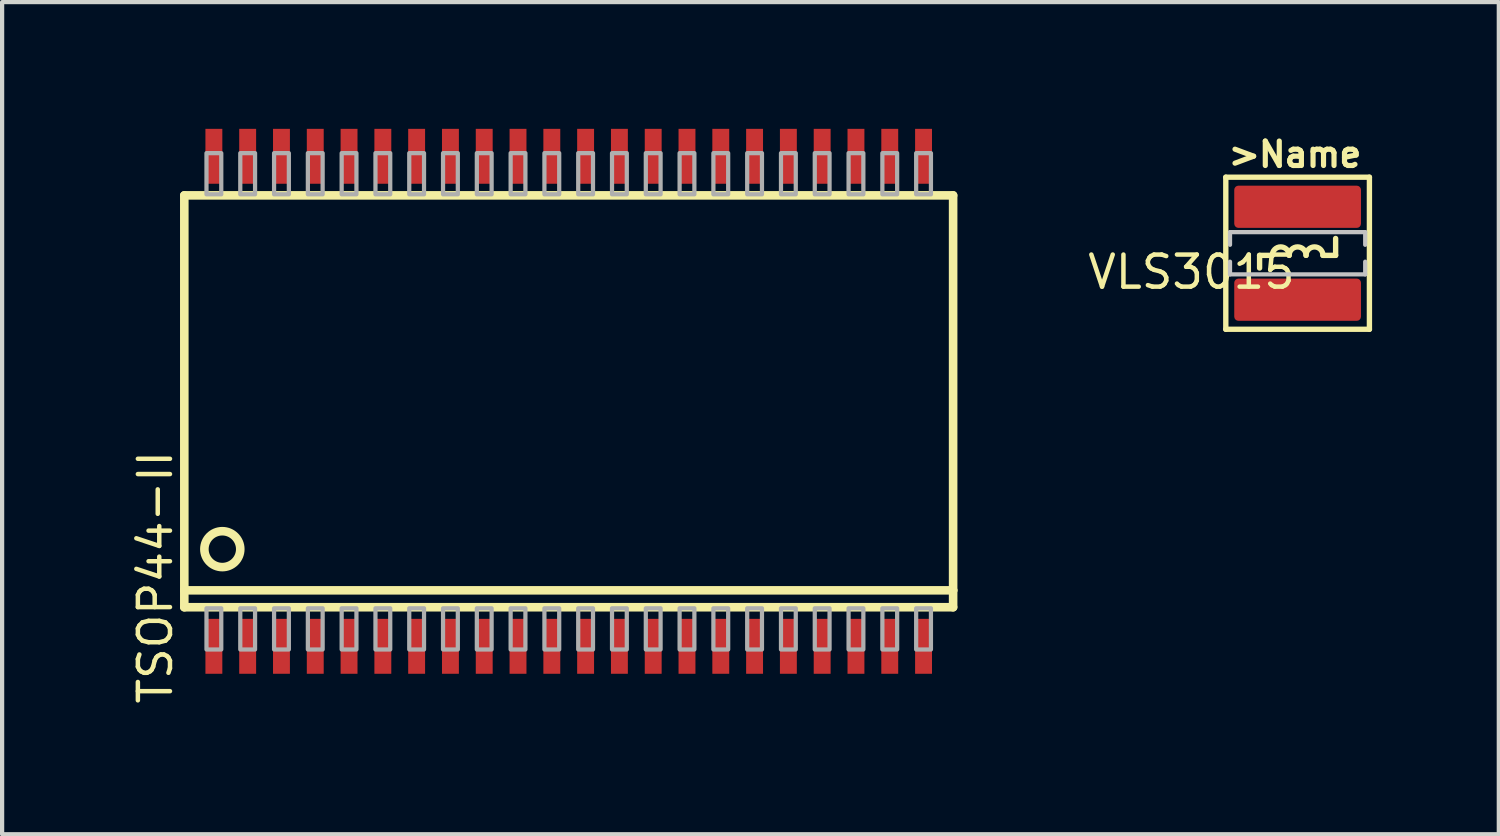
<source format=kicad_pcb>
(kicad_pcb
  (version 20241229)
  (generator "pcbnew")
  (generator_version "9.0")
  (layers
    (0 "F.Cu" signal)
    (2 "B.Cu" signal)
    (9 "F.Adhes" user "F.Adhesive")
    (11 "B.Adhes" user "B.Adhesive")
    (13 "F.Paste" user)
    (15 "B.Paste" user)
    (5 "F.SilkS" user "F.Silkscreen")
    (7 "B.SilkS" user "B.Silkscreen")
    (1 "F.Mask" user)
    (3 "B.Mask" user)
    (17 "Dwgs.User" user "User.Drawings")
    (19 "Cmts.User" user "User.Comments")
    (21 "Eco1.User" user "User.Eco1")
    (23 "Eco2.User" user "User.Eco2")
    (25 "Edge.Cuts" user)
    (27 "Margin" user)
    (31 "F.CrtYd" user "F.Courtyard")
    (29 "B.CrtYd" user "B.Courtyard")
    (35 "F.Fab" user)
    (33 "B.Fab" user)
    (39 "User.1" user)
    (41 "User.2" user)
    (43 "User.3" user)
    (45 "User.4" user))
  (footprint "TSOP44-II"
    (layer "F.Cu")
    (at 10.413 6.45)
    (property "Reference" "TSOP44-II" (at -10.23 1.11 90) (layer "F.SilkS") (effects (font (size 0.76 0.76) (thickness 0.106)) (justify right top)))
    (attr through_hole)
    (fp_line (start -9.1 -4.875) (end -9.1 4.475) (stroke (width 0.203) (type solid)) (layer "F.SilkS"))
    (fp_line (start -9.1 4.475) (end -9.1 4.875) (stroke (width 0.203) (type solid)) (layer "F.SilkS"))
    (fp_line (start -9.1 4.475) (end 9.1 4.475) (stroke (width 0.203) (type solid)) (layer "F.SilkS"))
    (fp_line (start -9.1 4.875) (end 9.1 4.875) (stroke (width 0.203) (type solid)) (layer "F.SilkS"))
    (fp_line (start 9.1 -4.875) (end -9.1 -4.875) (stroke (width 0.203) (type solid)) (layer "F.SilkS"))
    (fp_line (start 9.1 4.475) (end 9.1 -4.875) (stroke (width 0.203) (type solid)) (layer "F.SilkS"))
    (fp_line (start 9.1 4.875) (end 9.1 4.475) (stroke (width 0.203) (type solid)) (layer "F.SilkS"))
    (fp_circle (center -8.2 3.5) (end -7.775 3.5) (stroke (width 0.203) (type solid)) (fill no) (layer "F.SilkS"))
    (fp_poly (pts (xy -8.575 5.875) (xy -8.225 5.875) (xy -8.225 4.9) (xy -8.575 4.9)) (stroke (width 0.1) (type solid)) (fill no) (layer "F.Fab"))
    (fp_poly (pts (xy -8.225 -5.875) (xy -8.575 -5.875) (xy -8.575 -4.9) (xy -8.225 -4.9)) (stroke (width 0.1) (type solid)) (fill no) (layer "F.Fab"))
    (fp_poly (pts (xy -7.775 5.875) (xy -7.425 5.875) (xy -7.425 4.9) (xy -7.775 4.9)) (stroke (width 0.1) (type solid)) (fill no) (layer "F.Fab"))
    (fp_poly (pts (xy -7.425 -5.875) (xy -7.775 -5.875) (xy -7.775 -4.9) (xy -7.425 -4.9)) (stroke (width 0.1) (type solid)) (fill no) (layer "F.Fab"))
    (fp_poly (pts (xy -6.975 5.875) (xy -6.625 5.875) (xy -6.625 4.9) (xy -6.975 4.9)) (stroke (width 0.1) (type solid)) (fill no) (layer "F.Fab"))
    (fp_poly (pts (xy -6.625 -5.875) (xy -6.975 -5.875) (xy -6.975 -4.9) (xy -6.625 -4.9)) (stroke (width 0.1) (type solid)) (fill no) (layer "F.Fab"))
    (fp_poly (pts (xy -6.175 5.875) (xy -5.825 5.875) (xy -5.825 4.9) (xy -6.175 4.9)) (stroke (width 0.1) (type solid)) (fill no) (layer "F.Fab"))
    (fp_poly (pts (xy -5.825 -5.875) (xy -6.175 -5.875) (xy -6.175 -4.9) (xy -5.825 -4.9)) (stroke (width 0.1) (type solid)) (fill no) (layer "F.Fab"))
    (fp_poly (pts (xy -5.375 5.875) (xy -5.025 5.875) (xy -5.025 4.9) (xy -5.375 4.9)) (stroke (width 0.1) (type solid)) (fill no) (layer "F.Fab"))
    (fp_poly (pts (xy -5.025 -5.875) (xy -5.375 -5.875) (xy -5.375 -4.9) (xy -5.025 -4.9)) (stroke (width 0.1) (type solid)) (fill no) (layer "F.Fab"))
    (fp_poly (pts (xy -4.575 5.875) (xy -4.225 5.875) (xy -4.225 4.9) (xy -4.575 4.9)) (stroke (width 0.1) (type solid)) (fill no) (layer "F.Fab"))
    (fp_poly (pts (xy -4.225 -5.875) (xy -4.575 -5.875) (xy -4.575 -4.9) (xy -4.225 -4.9)) (stroke (width 0.1) (type solid)) (fill no) (layer "F.Fab"))
    (fp_poly (pts (xy -3.775 5.875) (xy -3.425 5.875) (xy -3.425 4.9) (xy -3.775 4.9)) (stroke (width 0.1) (type solid)) (fill no) (layer "F.Fab"))
    (fp_poly (pts (xy -3.425 -5.875) (xy -3.775 -5.875) (xy -3.775 -4.9) (xy -3.425 -4.9)) (stroke (width 0.1) (type solid)) (fill no) (layer "F.Fab"))
    (fp_poly (pts (xy -2.975 5.875) (xy -2.625 5.875) (xy -2.625 4.9) (xy -2.975 4.9)) (stroke (width 0.1) (type solid)) (fill no) (layer "F.Fab"))
    (fp_poly (pts (xy -2.625 -5.875) (xy -2.975 -5.875) (xy -2.975 -4.9) (xy -2.625 -4.9)) (stroke (width 0.1) (type solid)) (fill no) (layer "F.Fab"))
    (fp_poly (pts (xy -2.175 5.875) (xy -1.825 5.875) (xy -1.825 4.9) (xy -2.175 4.9)) (stroke (width 0.1) (type solid)) (fill no) (layer "F.Fab"))
    (fp_poly (pts (xy -1.825 -5.875) (xy -2.175 -5.875) (xy -2.175 -4.9) (xy -1.825 -4.9)) (stroke (width 0.1) (type solid)) (fill no) (layer "F.Fab"))
    (fp_poly (pts (xy -1.375 5.875) (xy -1.025 5.875) (xy -1.025 4.9) (xy -1.375 4.9)) (stroke (width 0.1) (type solid)) (fill no) (layer "F.Fab"))
    (fp_poly (pts (xy -1.025 -5.875) (xy -1.375 -5.875) (xy -1.375 -4.9) (xy -1.025 -4.9)) (stroke (width 0.1) (type solid)) (fill no) (layer "F.Fab"))
    (fp_poly (pts (xy -0.575 5.875) (xy -0.225 5.875) (xy -0.225 4.9) (xy -0.575 4.9)) (stroke (width 0.1) (type solid)) (fill no) (layer "F.Fab"))
    (fp_poly (pts (xy -0.225 -5.875) (xy -0.575 -5.875) (xy -0.575 -4.9) (xy -0.225 -4.9)) (stroke (width 0.1) (type solid)) (fill no) (layer "F.Fab"))
    (fp_poly (pts (xy 0.225 5.875) (xy 0.575 5.875) (xy 0.575 4.9) (xy 0.225 4.9)) (stroke (width 0.1) (type solid)) (fill no) (layer "F.Fab"))
    (fp_poly (pts (xy 0.575 -5.875) (xy 0.225 -5.875) (xy 0.225 -4.9) (xy 0.575 -4.9)) (stroke (width 0.1) (type solid)) (fill no) (layer "F.Fab"))
    (fp_poly (pts (xy 1.025 5.875) (xy 1.375 5.875) (xy 1.375 4.9) (xy 1.025 4.9)) (stroke (width 0.1) (type solid)) (fill no) (layer "F.Fab"))
    (fp_poly (pts (xy 1.375 -5.875) (xy 1.025 -5.875) (xy 1.025 -4.9) (xy 1.375 -4.9)) (stroke (width 0.1) (type solid)) (fill no) (layer "F.Fab"))
    (fp_poly (pts (xy 1.825 5.875) (xy 2.175 5.875) (xy 2.175 4.9) (xy 1.825 4.9)) (stroke (width 0.1) (type solid)) (fill no) (layer "F.Fab"))
    (fp_poly (pts (xy 2.175 -5.875) (xy 1.825 -5.875) (xy 1.825 -4.9) (xy 2.175 -4.9)) (stroke (width 0.1) (type solid)) (fill no) (layer "F.Fab"))
    (fp_poly (pts (xy 2.625 5.875) (xy 2.975 5.875) (xy 2.975 4.9) (xy 2.625 4.9)) (stroke (width 0.1) (type solid)) (fill no) (layer "F.Fab"))
    (fp_poly (pts (xy 2.975 -5.875) (xy 2.625 -5.875) (xy 2.625 -4.9) (xy 2.975 -4.9)) (stroke (width 0.1) (type solid)) (fill no) (layer "F.Fab"))
    (fp_poly (pts (xy 3.425 5.875) (xy 3.775 5.875) (xy 3.775 4.9) (xy 3.425 4.9)) (stroke (width 0.1) (type solid)) (fill no) (layer "F.Fab"))
    (fp_poly (pts (xy 3.775 -5.875) (xy 3.425 -5.875) (xy 3.425 -4.9) (xy 3.775 -4.9)) (stroke (width 0.1) (type solid)) (fill no) (layer "F.Fab"))
    (fp_poly (pts (xy 4.225 5.875) (xy 4.575 5.875) (xy 4.575 4.9) (xy 4.225 4.9)) (stroke (width 0.1) (type solid)) (fill no) (layer "F.Fab"))
    (fp_poly (pts (xy 4.575 -5.875) (xy 4.225 -5.875) (xy 4.225 -4.9) (xy 4.575 -4.9)) (stroke (width 0.1) (type solid)) (fill no) (layer "F.Fab"))
    (fp_poly (pts (xy 5.025 5.875) (xy 5.375 5.875) (xy 5.375 4.9) (xy 5.025 4.9)) (stroke (width 0.1) (type solid)) (fill no) (layer "F.Fab"))
    (fp_poly (pts (xy 5.375 -5.875) (xy 5.025 -5.875) (xy 5.025 -4.9) (xy 5.375 -4.9)) (stroke (width 0.1) (type solid)) (fill no) (layer "F.Fab"))
    (fp_poly (pts (xy 5.825 5.875) (xy 6.175 5.875) (xy 6.175 4.9) (xy 5.825 4.9)) (stroke (width 0.1) (type solid)) (fill no) (layer "F.Fab"))
    (fp_poly (pts (xy 6.175 -5.875) (xy 5.825 -5.875) (xy 5.825 -4.9) (xy 6.175 -4.9)) (stroke (width 0.1) (type solid)) (fill no) (layer "F.Fab"))
    (fp_poly (pts (xy 6.625 5.875) (xy 6.975 5.875) (xy 6.975 4.9) (xy 6.625 4.9)) (stroke (width 0.1) (type solid)) (fill no) (layer "F.Fab"))
    (fp_poly (pts (xy 6.975 -5.875) (xy 6.625 -5.875) (xy 6.625 -4.9) (xy 6.975 -4.9)) (stroke (width 0.1) (type solid)) (fill no) (layer "F.Fab"))
    (fp_poly (pts (xy 7.425 5.875) (xy 7.775 5.875) (xy 7.775 4.9) (xy 7.425 4.9)) (stroke (width 0.1) (type solid)) (fill no) (layer "F.Fab"))
    (fp_poly (pts (xy 7.775 -5.875) (xy 7.425 -5.875) (xy 7.425 -4.9) (xy 7.775 -4.9)) (stroke (width 0.1) (type solid)) (fill no) (layer "F.Fab"))
    (fp_poly (pts (xy 8.225 5.875) (xy 8.575 5.875) (xy 8.575 4.9) (xy 8.225 4.9)) (stroke (width 0.1) (type solid)) (fill no) (layer "F.Fab"))
    (fp_poly (pts (xy 8.575 -5.875) (xy 8.225 -5.875) (xy 8.225 -4.9) (xy 8.575 -4.9)) (stroke (width 0.1) (type solid)) (fill no) (layer "F.Fab"))
    (pad "1" smd rect (at -8.4 5.8) (size 0.4 1.3) (layers "F.Cu" "F.Mask" "F.Paste"))
    (pad "2" smd rect (at -7.6 5.8) (size 0.4 1.3) (layers "F.Cu" "F.Mask" "F.Paste"))
    (pad "3" smd rect (at -6.8 5.8) (size 0.4 1.3) (layers "F.Cu" "F.Mask" "F.Paste"))
    (pad "4" smd rect (at -6 5.8) (size 0.4 1.3) (layers "F.Cu" "F.Mask" "F.Paste"))
    (pad "5" smd rect (at -5.2 5.8) (size 0.4 1.3) (layers "F.Cu" "F.Mask" "F.Paste"))
    (pad "6" smd rect (at -4.4 5.8) (size 0.4 1.3) (layers "F.Cu" "F.Mask" "F.Paste"))
    (pad "7" smd rect (at -3.6 5.8) (size 0.4 1.3) (layers "F.Cu" "F.Mask" "F.Paste"))
    (pad "8" smd rect (at -2.8 5.8) (size 0.4 1.3) (layers "F.Cu" "F.Mask" "F.Paste"))
    (pad "9" smd rect (at -2 5.8) (size 0.4 1.3) (layers "F.Cu" "F.Mask" "F.Paste"))
    (pad "10" smd rect (at -1.2 5.8) (size 0.4 1.3) (layers "F.Cu" "F.Mask" "F.Paste"))
    (pad "11" smd rect (at -0.4 5.8) (size 0.4 1.3) (layers "F.Cu" "F.Mask" "F.Paste"))
    (pad "12" smd rect (at 0.4 5.8) (size 0.4 1.3) (layers "F.Cu" "F.Mask" "F.Paste"))
    (pad "13" smd rect (at 1.2 5.8) (size 0.4 1.3) (layers "F.Cu" "F.Mask" "F.Paste"))
    (pad "14" smd rect (at 2 5.8) (size 0.4 1.3) (layers "F.Cu" "F.Mask" "F.Paste"))
    (pad "15" smd rect (at 2.8 5.8) (size 0.4 1.3) (layers "F.Cu" "F.Mask" "F.Paste"))
    (pad "16" smd rect (at 3.6 5.8) (size 0.4 1.3) (layers "F.Cu" "F.Mask" "F.Paste"))
    (pad "17" smd rect (at 4.4 5.8) (size 0.4 1.3) (layers "F.Cu" "F.Mask" "F.Paste"))
    (pad "18" smd rect (at 5.2 5.8) (size 0.4 1.3) (layers "F.Cu" "F.Mask" "F.Paste"))
    (pad "19" smd rect (at 6 5.8) (size 0.4 1.3) (layers "F.Cu" "F.Mask" "F.Paste"))
    (pad "20" smd rect (at 6.8 5.8) (size 0.4 1.3) (layers "F.Cu" "F.Mask" "F.Paste"))
    (pad "21" smd rect (at 7.6 5.8) (size 0.4 1.3) (layers "F.Cu" "F.Mask" "F.Paste"))
    (pad "22" smd rect (at 8.4 5.8) (size 0.4 1.3) (layers "F.Cu" "F.Mask" "F.Paste"))
    (pad "23" smd rect (at 8.4 -5.8 180) (size 0.4 1.3) (layers "F.Cu" "F.Mask" "F.Paste"))
    (pad "24" smd rect (at 7.6 -5.8 180) (size 0.4 1.3) (layers "F.Cu" "F.Mask" "F.Paste"))
    (pad "25" smd rect (at 6.8 -5.8 180) (size 0.4 1.3) (layers "F.Cu" "F.Mask" "F.Paste"))
    (pad "26" smd rect (at 6 -5.8 180) (size 0.4 1.3) (layers "F.Cu" "F.Mask" "F.Paste"))
    (pad "27" smd rect (at 5.2 -5.8 180) (size 0.4 1.3) (layers "F.Cu" "F.Mask" "F.Paste"))
    (pad "28" smd rect (at 4.4 -5.8 180) (size 0.4 1.3) (layers "F.Cu" "F.Mask" "F.Paste"))
    (pad "29" smd rect (at 3.6 -5.8 180) (size 0.4 1.3) (layers "F.Cu" "F.Mask" "F.Paste"))
    (pad "30" smd rect (at 2.8 -5.8 180) (size 0.4 1.3) (layers "F.Cu" "F.Mask" "F.Paste"))
    (pad "31" smd rect (at 2 -5.8 180) (size 0.4 1.3) (layers "F.Cu" "F.Mask" "F.Paste"))
    (pad "32" smd rect (at 1.2 -5.8 180) (size 0.4 1.3) (layers "F.Cu" "F.Mask" "F.Paste"))
    (pad "33" smd rect (at 0.4 -5.8 180) (size 0.4 1.3) (layers "F.Cu" "F.Mask" "F.Paste"))
    (pad "34" smd rect (at -0.4 -5.8 180) (size 0.4 1.3) (layers "F.Cu" "F.Mask" "F.Paste"))
    (pad "35" smd rect (at -1.2 -5.8 180) (size 0.4 1.3) (layers "F.Cu" "F.Mask" "F.Paste"))
    (pad "36" smd rect (at -2 -5.8 180) (size 0.4 1.3) (layers "F.Cu" "F.Mask" "F.Paste"))
    (pad "37" smd rect (at -2.8 -5.8 180) (size 0.4 1.3) (layers "F.Cu" "F.Mask" "F.Paste"))
    (pad "38" smd rect (at -3.6 -5.8 180) (size 0.4 1.3) (layers "F.Cu" "F.Mask" "F.Paste"))
    (pad "39" smd rect (at -4.4 -5.8 180) (size 0.4 1.3) (layers "F.Cu" "F.Mask" "F.Paste"))
    (pad "40" smd rect (at -5.2 -5.8 180) (size 0.4 1.3) (layers "F.Cu" "F.Mask" "F.Paste"))
    (pad "41" smd rect (at -6 -5.8 180) (size 0.4 1.3) (layers "F.Cu" "F.Mask" "F.Paste"))
    (pad "42" smd rect (at -6.8 -5.8 180) (size 0.4 1.3) (layers "F.Cu" "F.Mask" "F.Paste"))
    (pad "43" smd rect (at -7.6 -5.8 180) (size 0.4 1.3) (layers "F.Cu" "F.Mask" "F.Paste"))
    (pad "44" smd rect (at -8.4 -5.8 180) (size 0.4 1.3) (layers "F.Cu" "F.Mask" "F.Paste")))
  (footprint "VLS3015"
    (layer "F.Cu")
    (at 27.668 2.945)
    (property "Reference" "VLS3015" (at 0 0 180) (layer "F.SilkS") (effects (font (size 0.76 0.76) (thickness 0.106)) (justify right top)))
    (attr through_hole)
    (fp_line (start -1.7 -1.8) (end 1.7 -1.8) (stroke (width 0.127) (type solid)) (layer "F.SilkS"))
    (fp_line (start -1.7 1.8) (end -1.7 -1.8) (stroke (width 0.127) (type solid)) (layer "F.SilkS"))
    (fp_line (start -0.9 0.05) (end -0.9 0.35) (stroke (width 0.127) (type solid)) (layer "F.SilkS"))
    (fp_line (start -0.6 0.05) (end -0.9 0.05) (stroke (width 0.127) (type solid)) (layer "F.SilkS"))
    (fp_line (start 0.6 0.05) (end 0.9 0.05) (stroke (width 0.127) (type solid)) (layer "F.SilkS"))
    (fp_line (start 0.9 0.05) (end 0.9 -0.35) (stroke (width 0.127) (type solid)) (layer "F.SilkS"))
    (fp_line (start 1.7 -1.8) (end 1.7 1.8) (stroke (width 0.127) (type solid)) (layer "F.SilkS"))
    (fp_line (start 1.7 1.8) (end -1.7 1.8) (stroke (width 0.127) (type solid)) (layer "F.SilkS"))
    (fp_arc (start -0.6 0.05) (mid -0.4 -0.15) (end -0.2 0.05) (stroke (width 0.127) (type solid)) (layer "F.SilkS"))
    (fp_arc (start -0.2 0.05) (mid 0 -0.15) (end 0.2 0.05) (stroke (width 0.127) (type solid)) (layer "F.SilkS"))
    (fp_arc (start 0.2 0.05) (mid 0.4 -0.15) (end 0.6 0.05) (stroke (width 0.127) (type solid)) (layer "F.SilkS"))
    (fp_line (start -1.6 -0.5) (end 1.6 -0.5) (stroke (width 0.1) (type solid)) (layer "Dwgs.User"))
    (fp_line (start -1.6 -0.2) (end -1.6 -0.5) (stroke (width 0.1) (type solid)) (layer "Dwgs.User"))
    (fp_line (start -1.6 0.5) (end -1.6 0.2) (stroke (width 0.1) (type solid)) (layer "Dwgs.User"))
    (fp_line (start 1.6 -0.5) (end 1.6 -0.2) (stroke (width 0.1) (type solid)) (layer "Dwgs.User"))
    (fp_line (start 1.6 0.2) (end 1.6 0.5) (stroke (width 0.1) (type solid)) (layer "Dwgs.User"))
    (fp_line (start 1.6 0.5) (end -1.6 0.5) (stroke (width 0.1) (type solid)) (layer "Dwgs.User"))
    (fp_text user ">Name" (at -1.7 -2 0) (layer "F.SilkS") (effects (font (size 0.579 0.579) (thickness 0.122)) (justify left bottom)))
    (pad "1" smd roundrect (at 0 -1.1) (size 3 1) (layers "F.Cu" "F.Mask" "F.Paste") (roundrect_rratio 0.1))
    (pad "2" smd roundrect (at 0 1.1) (size 3 1) (layers "F.Cu" "F.Mask" "F.Paste") (roundrect_rratio 0.1)))
  (gr_rect
    (start -3 -3)
    (end 32.431 16.699)
    (stroke (width 0.1) (type default))
    (fill no)
    (layer "Edge.Cuts")))
</source>
